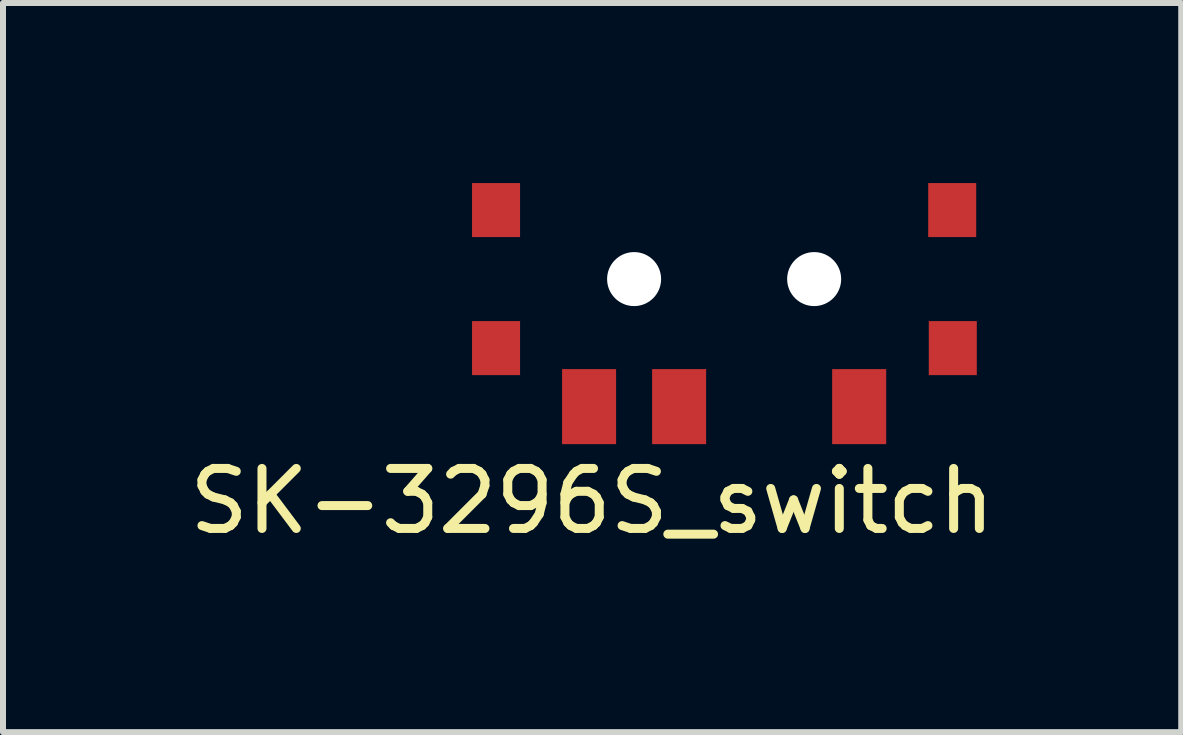
<source format=kicad_pcb>
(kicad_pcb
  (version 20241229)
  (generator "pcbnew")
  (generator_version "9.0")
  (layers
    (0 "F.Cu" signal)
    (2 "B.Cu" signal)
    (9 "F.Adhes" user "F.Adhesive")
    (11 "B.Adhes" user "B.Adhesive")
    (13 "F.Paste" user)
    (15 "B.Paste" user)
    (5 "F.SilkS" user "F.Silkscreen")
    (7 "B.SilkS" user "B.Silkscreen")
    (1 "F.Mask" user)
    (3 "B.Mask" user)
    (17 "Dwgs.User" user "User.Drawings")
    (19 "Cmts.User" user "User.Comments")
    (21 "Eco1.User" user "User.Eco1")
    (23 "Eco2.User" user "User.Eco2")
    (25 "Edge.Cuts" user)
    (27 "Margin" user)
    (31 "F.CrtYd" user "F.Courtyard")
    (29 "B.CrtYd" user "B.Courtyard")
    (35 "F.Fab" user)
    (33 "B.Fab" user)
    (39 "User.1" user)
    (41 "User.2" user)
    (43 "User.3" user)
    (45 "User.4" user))
  (footprint "SK-3296S_switch"
    (layer "F.Cu")
    (at 9.015 1.6)
    (property "Reference" "SK-3296S_switch" (at -2.2 3.7 0) (layer "F.SilkS") (effects (font (size 1 1) (thickness 0.15))))
    (attr through_hole)
    (pad "" np_thru_hole circle (at -1.5 0) (size 0.9 0.9) (drill 0.9) (layers "*.Cu" "*.Mask"))
    (pad "" np_thru_hole circle (at 1.5 0) (size 0.9 0.9) (drill 0.9) (layers "*.Cu" "*.Mask"))
    (pad "1" smd rect (at -2.25 2.125) (size 0.9 1.25) (layers "F.Cu" "F.Mask" "F.Paste"))
    (pad "2" smd rect (at -0.75 2.125) (size 0.9 1.25) (layers "F.Cu" "F.Mask" "F.Paste"))
    (pad "3" smd rect (at 2.25 2.125) (size 0.9 1.25) (layers "F.Cu" "F.Mask" "F.Paste"))
    (pad "4" smd rect (at -3.8 -1.15) (size 0.8 0.9) (layers "F.Cu" "F.Mask" "F.Paste"))
    (pad "4" smd rect (at -3.8 1.15) (size 0.8 0.9) (layers "F.Cu" "F.Mask" "F.Paste"))
    (pad "4" smd rect (at 3.8 -1.15) (size 0.8 0.9) (layers "F.Cu" "F.Mask" "F.Paste"))
    (pad "4" smd rect (at 3.81 1.15) (size 0.8 0.9) (layers "F.Cu" "F.Mask" "F.Paste")))
  (gr_rect
    (start -3 -3)
    (end 16.631 9.148)
    (stroke (width 0.1) (type default))
    (fill no)
    (layer "Edge.Cuts")))
</source>
